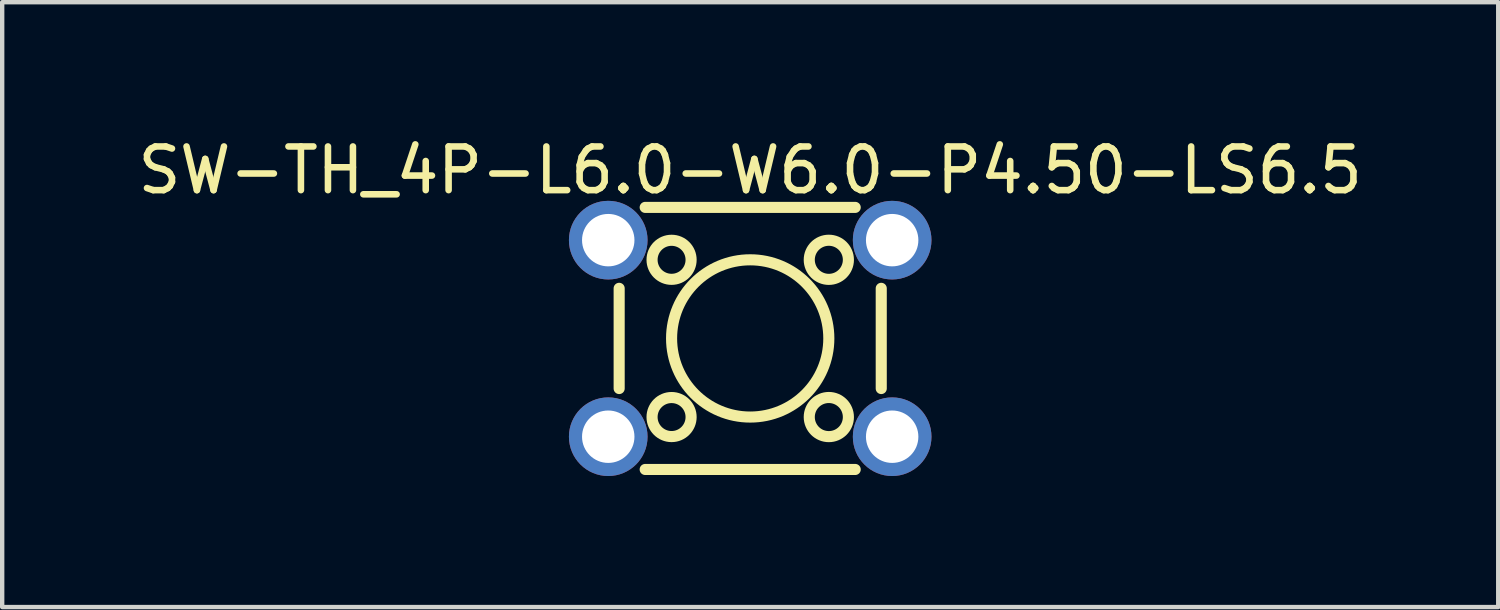
<source format=kicad_pcb>
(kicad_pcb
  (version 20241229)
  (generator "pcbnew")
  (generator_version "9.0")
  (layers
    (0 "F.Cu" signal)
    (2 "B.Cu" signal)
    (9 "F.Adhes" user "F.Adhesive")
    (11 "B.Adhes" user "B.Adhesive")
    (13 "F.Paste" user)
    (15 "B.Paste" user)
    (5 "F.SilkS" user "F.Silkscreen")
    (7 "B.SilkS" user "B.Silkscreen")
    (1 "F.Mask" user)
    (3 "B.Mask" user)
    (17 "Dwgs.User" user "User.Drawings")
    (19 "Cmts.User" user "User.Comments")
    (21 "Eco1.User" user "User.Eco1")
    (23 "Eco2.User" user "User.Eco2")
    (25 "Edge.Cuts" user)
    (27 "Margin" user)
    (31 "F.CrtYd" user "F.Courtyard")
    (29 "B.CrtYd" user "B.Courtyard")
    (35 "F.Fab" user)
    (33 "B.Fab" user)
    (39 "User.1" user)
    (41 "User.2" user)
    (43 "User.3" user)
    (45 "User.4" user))
  (footprint "SW-TH_4P-L6.0-W6.0-P4.50-LS6.5"
    (layer "F.Cu")
    (at 14.125 4.698)
    (property "Reference" "SW-TH_4P-L6.0-W6.0-P4.50-LS6.5" (at 0 -3.85 0) (layer "F.SilkS") (effects (font (size 1 1) (thickness 0.15))))
    (fp_line (start -3 1.147) (end -3 -1.147) (stroke (width 0.254) (type default)) (layer "F.SilkS"))
    (fp_line (start -2.404 -3) (end 2.404 -3) (stroke (width 0.254) (type default)) (layer "F.SilkS"))
    (fp_line (start 2.404 3) (end -2.404 3) (stroke (width 0.254) (type default)) (layer "F.SilkS"))
    (fp_line (start 3 -1.147) (end 3 1.147) (stroke (width 0.254) (type default)) (layer "F.SilkS"))
    (fp_circle (center -1.8 -1.8) (end -1.353 -1.8) (stroke (width 0.254) (type default)) (fill no) (layer "F.SilkS"))
    (fp_circle (center -1.8 1.8) (end -1.353 1.8) (stroke (width 0.254) (type default)) (fill no) (layer "F.SilkS"))
    (fp_circle (center 0 0) (end 1.8 0) (stroke (width 0.254) (type default)) (fill no) (layer "F.SilkS"))
    (fp_circle (center 1.8 -1.8) (end 2.248 -1.8) (stroke (width 0.254) (type default)) (fill no) (layer "F.SilkS"))
    (fp_circle (center 1.8 1.8) (end 2.248 1.8) (stroke (width 0.254) (type default)) (fill no) (layer "F.SilkS"))
    (fp_poly (pts (xy -3.4 -2.6) (xy -3.1 -2.6) (xy -3.1 -1.9) (xy -3.4 -1.9)) (stroke (width 0.1) (type default)) (fill no) (layer "User.1"))
    (fp_poly (pts (xy -3.4 1.9) (xy -3.1 1.9) (xy -3.1 2.6) (xy -3.4 2.6)) (stroke (width 0.1) (type default)) (fill no) (layer "User.1"))
    (fp_poly (pts (xy -2.9 -2.6) (xy -2.9 -1.9) (xy -3.7 -1.9) (xy -3.7 -2.6)) (stroke (width 0.1) (type default)) (fill no) (layer "User.1"))
    (fp_poly (pts (xy -2.9 1.9) (xy -2.9 2.6) (xy -3.7 2.6) (xy -3.7 1.9)) (stroke (width 0.1) (type default)) (fill no) (layer "User.1"))
    (fp_poly (pts (xy 2.9 -1.9) (xy 2.9 -2.6) (xy 3.7 -2.6) (xy 3.7 -1.9)) (stroke (width 0.1) (type default)) (fill no) (layer "User.1"))
    (fp_poly (pts (xy 2.9 2.6) (xy 2.9 1.9) (xy 3.7 1.9) (xy 3.7 2.6)) (stroke (width 0.1) (type default)) (fill no) (layer "User.1"))
    (fp_poly (pts (xy 3.1 -2.6) (xy 3.4 -2.6) (xy 3.4 -1.9) (xy 3.1 -1.9)) (stroke (width 0.1) (type default)) (fill no) (layer "User.1"))
    (fp_poly (pts (xy 3.1 1.9) (xy 3.4 1.9) (xy 3.4 2.6) (xy 3.1 2.6)) (stroke (width 0.1) (type default)) (fill no) (layer "User.1"))
    (fp_line (start -3 -3) (end 3 -3) (stroke (width 0.051) (type default)) (layer "User.2"))
    (fp_line (start -3 3) (end -3 -3) (stroke (width 0.051) (type default)) (layer "User.2"))
    (fp_line (start 3 -3) (end 3 3) (stroke (width 0.051) (type default)) (layer "User.2"))
    (fp_line (start 3 3) (end -3 3) (stroke (width 0.051) (type default)) (layer "User.2"))
    (fp_poly (pts (xy -3.64 -3) (xy -3.658 -3.042) (xy -3.7 -3.06) (xy -3.742 -3.042) (xy -3.76 -3) (xy -3.742 -2.958) (xy -3.7 -2.94) (xy -3.658 -2.958)) (stroke (width 0.1) (type default)) (fill no) (layer "User.3"))
    (pad "1" thru_hole circle (at -3.25 -2.25) (size 1.8 1.8) (drill 1.2) (layers "*.Cu" "*.Mask"))
    (pad "2" thru_hole circle (at 3.25 -2.25) (size 1.8 1.8) (drill 1.2) (layers "*.Cu" "*.Mask"))
    (pad "3" thru_hole circle (at -3.25 2.25) (size 1.8 1.8) (drill 1.2) (layers "*.Cu" "*.Mask"))
    (pad "4" thru_hole circle (at 3.25 2.25) (size 1.8 1.8) (drill 1.2) (layers "*.Cu" "*.Mask")))
  (gr_rect
    (start -3 -3)
    (end 31.25 10.848)
    (stroke (width 0.1) (type default))
    (fill no)
    (layer "Edge.Cuts")))
</source>
